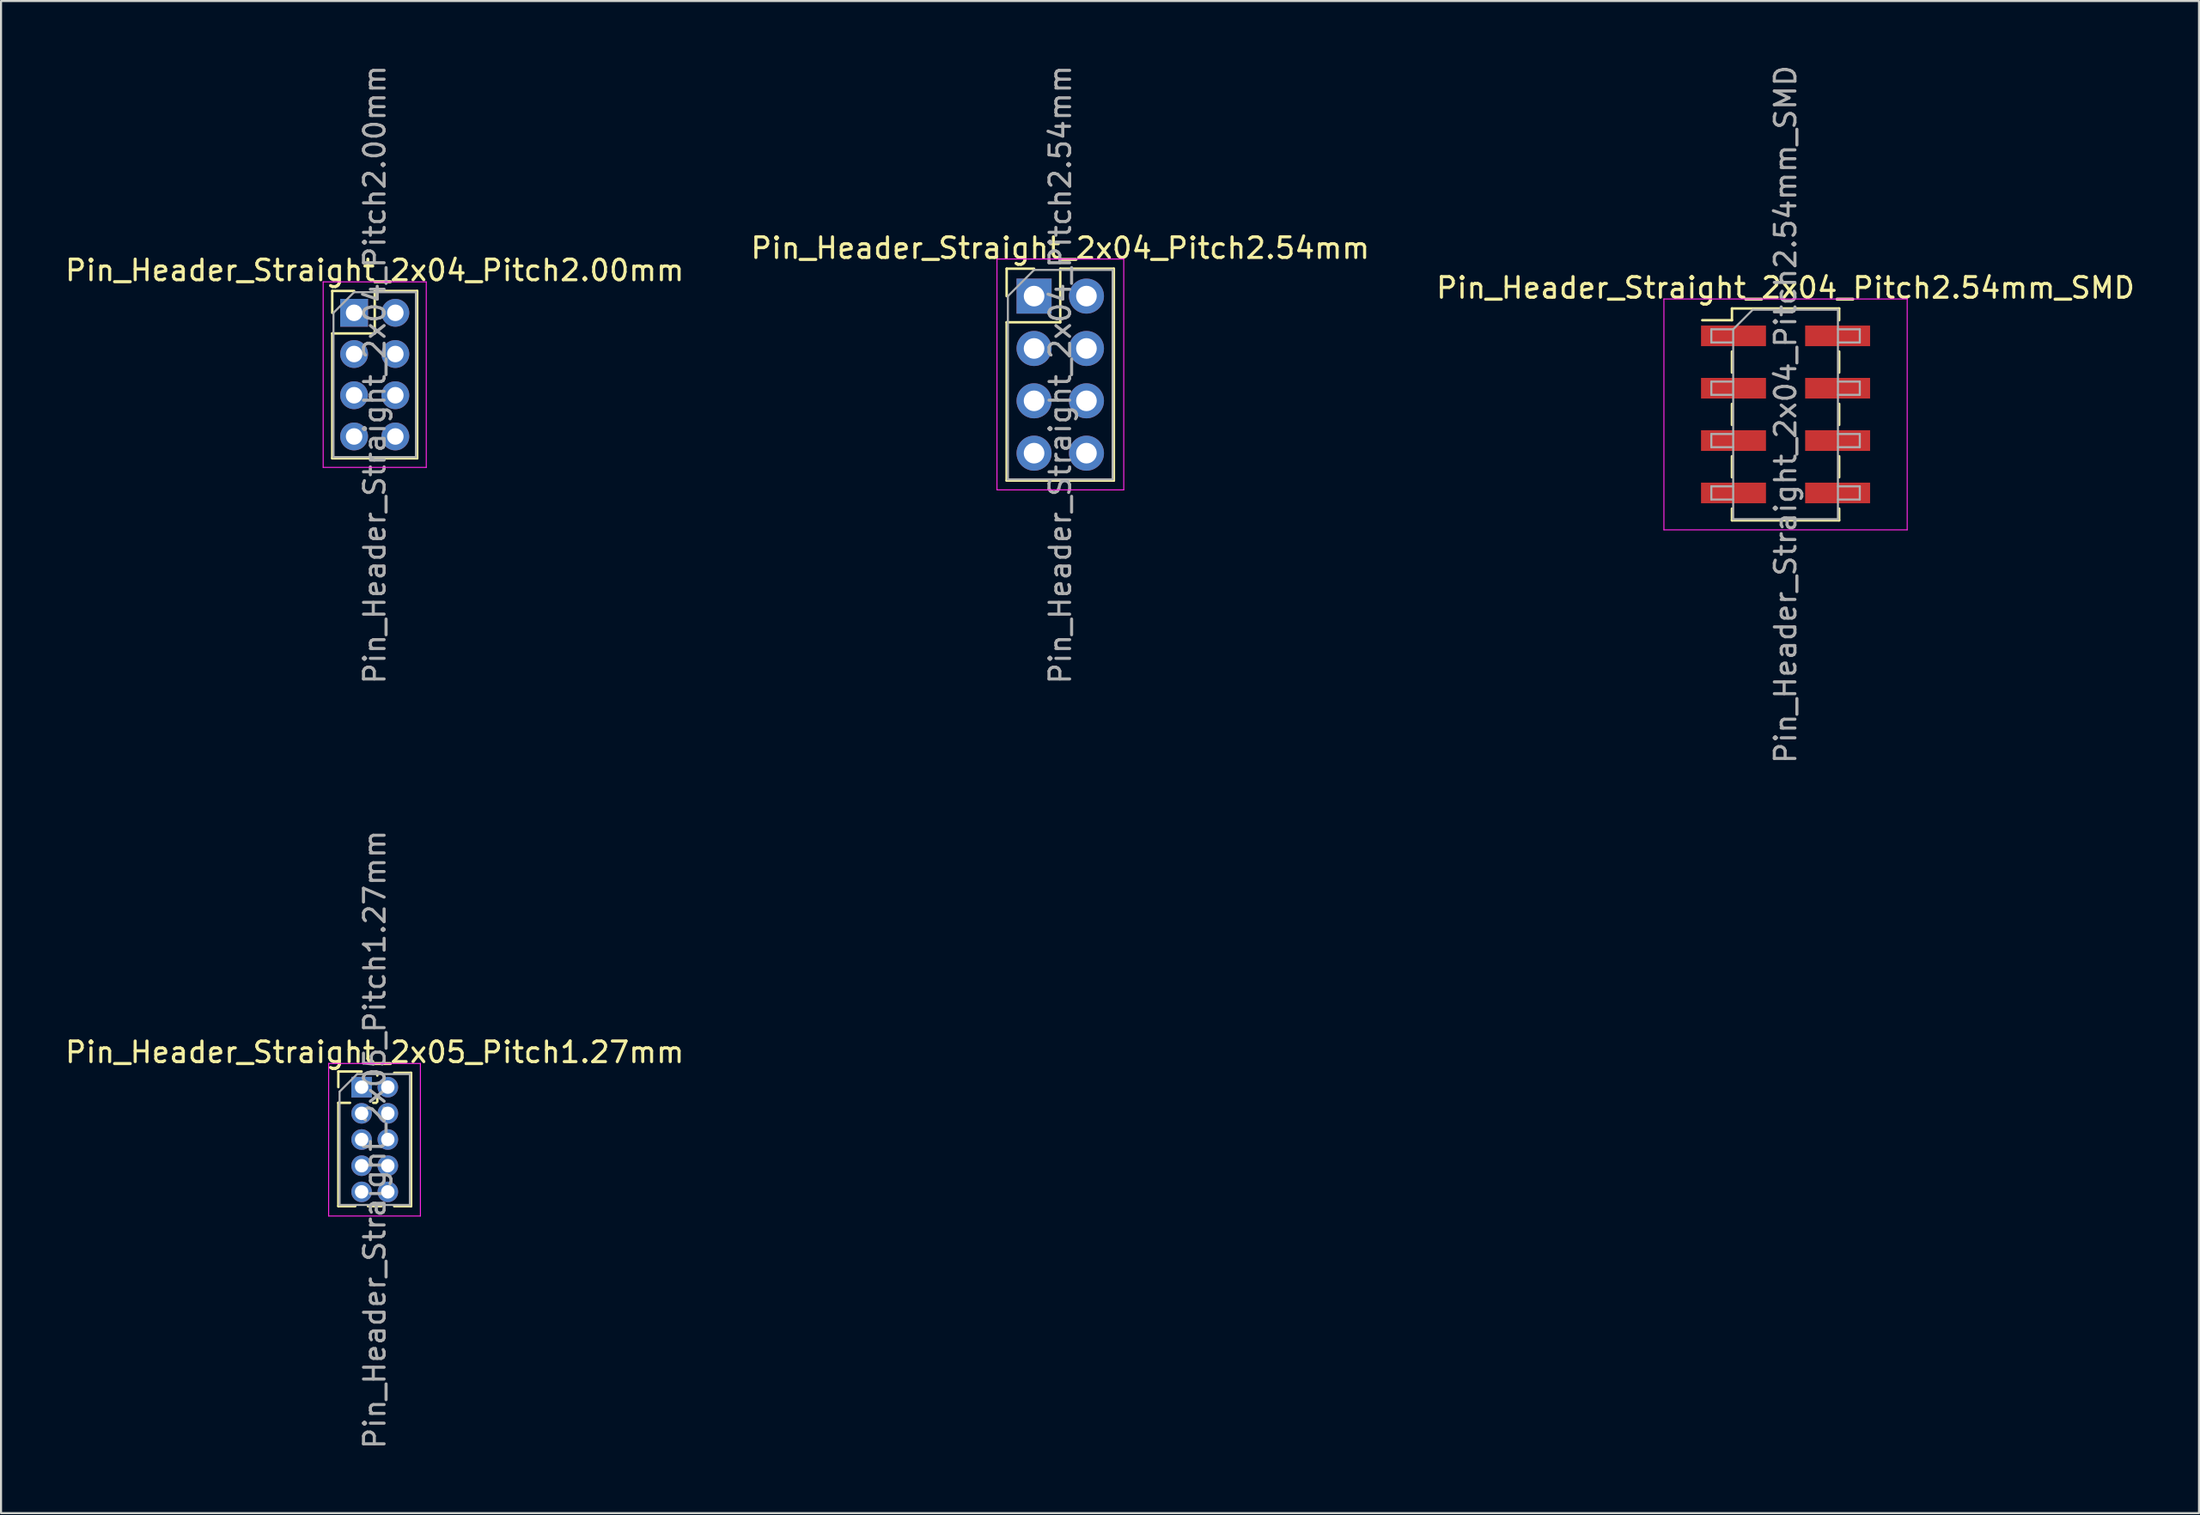
<source format=kicad_pcb>
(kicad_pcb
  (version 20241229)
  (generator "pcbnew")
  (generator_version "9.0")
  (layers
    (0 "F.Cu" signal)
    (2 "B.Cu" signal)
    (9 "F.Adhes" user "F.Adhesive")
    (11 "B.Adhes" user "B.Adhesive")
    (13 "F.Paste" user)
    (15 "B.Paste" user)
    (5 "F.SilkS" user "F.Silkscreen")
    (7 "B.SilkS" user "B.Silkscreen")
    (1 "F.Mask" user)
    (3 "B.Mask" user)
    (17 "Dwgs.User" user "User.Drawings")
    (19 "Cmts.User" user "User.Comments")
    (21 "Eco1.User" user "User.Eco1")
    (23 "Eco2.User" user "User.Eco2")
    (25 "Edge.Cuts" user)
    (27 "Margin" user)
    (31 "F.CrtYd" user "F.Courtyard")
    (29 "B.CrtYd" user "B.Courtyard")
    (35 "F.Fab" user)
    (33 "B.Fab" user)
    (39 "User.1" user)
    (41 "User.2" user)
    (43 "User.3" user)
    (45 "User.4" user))
  (footprint "Pin_Header_Straight_2x04_Pitch2.54mm_SMD"
    (layer "F.Cu")
    (at 83.554 17.054)
    (property "Reference" "Pin_Header_Straight_2x04_Pitch2.54mm_SMD" (at 0 -6.14 0) (layer "F.SilkS") (effects (font (size 1 1) (thickness 0.15))))
    (attr smd)
    (fp_line (start -4.04 -4.57) (end -2.6 -4.57) (stroke (width 0.12) (type solid)) (layer "F.SilkS"))
    (fp_line (start -2.6 -5.14) (end -2.6 -4.57) (stroke (width 0.12) (type solid)) (layer "F.SilkS"))
    (fp_line (start -2.6 -5.14) (end 2.6 -5.14) (stroke (width 0.12) (type solid)) (layer "F.SilkS"))
    (fp_line (start -2.6 -3.05) (end -2.6 -2.03) (stroke (width 0.12) (type solid)) (layer "F.SilkS"))
    (fp_line (start -2.6 -0.51) (end -2.6 0.51) (stroke (width 0.12) (type solid)) (layer "F.SilkS"))
    (fp_line (start -2.6 2.03) (end -2.6 3.05) (stroke (width 0.12) (type solid)) (layer "F.SilkS"))
    (fp_line (start -2.6 4.57) (end -2.6 5.14) (stroke (width 0.12) (type solid)) (layer "F.SilkS"))
    (fp_line (start -2.6 5.14) (end 2.6 5.14) (stroke (width 0.12) (type solid)) (layer "F.SilkS"))
    (fp_line (start 2.6 -5.14) (end 2.6 -4.57) (stroke (width 0.12) (type solid)) (layer "F.SilkS"))
    (fp_line (start 2.6 -3.05) (end 2.6 -2.03) (stroke (width 0.12) (type solid)) (layer "F.SilkS"))
    (fp_line (start 2.6 -0.51) (end 2.6 0.51) (stroke (width 0.12) (type solid)) (layer "F.SilkS"))
    (fp_line (start 2.6 2.03) (end 2.6 3.05) (stroke (width 0.12) (type solid)) (layer "F.SilkS"))
    (fp_line (start 2.6 4.57) (end 2.6 5.14) (stroke (width 0.12) (type solid)) (layer "F.SilkS"))
    (fp_line (start -5.9 -5.6) (end -5.9 5.6) (stroke (width 0.05) (type solid)) (layer "F.CrtYd"))
    (fp_line (start -5.9 5.6) (end 5.9 5.6) (stroke (width 0.05) (type solid)) (layer "F.CrtYd"))
    (fp_line (start 5.9 -5.6) (end -5.9 -5.6) (stroke (width 0.05) (type solid)) (layer "F.CrtYd"))
    (fp_line (start 5.9 5.6) (end 5.9 -5.6) (stroke (width 0.05) (type solid)) (layer "F.CrtYd"))
    (fp_line (start -3.6 -4.13) (end -3.6 -3.49) (stroke (width 0.1) (type solid)) (layer "F.Fab"))
    (fp_line (start -3.6 -3.49) (end -2.54 -3.49) (stroke (width 0.1) (type solid)) (layer "F.Fab"))
    (fp_line (start -3.6 -1.59) (end -3.6 -0.95) (stroke (width 0.1) (type solid)) (layer "F.Fab"))
    (fp_line (start -3.6 -0.95) (end -2.54 -0.95) (stroke (width 0.1) (type solid)) (layer "F.Fab"))
    (fp_line (start -3.6 0.95) (end -3.6 1.59) (stroke (width 0.1) (type solid)) (layer "F.Fab"))
    (fp_line (start -3.6 1.59) (end -2.54 1.59) (stroke (width 0.1) (type solid)) (layer "F.Fab"))
    (fp_line (start -3.6 3.49) (end -3.6 4.13) (stroke (width 0.1) (type solid)) (layer "F.Fab"))
    (fp_line (start -3.6 4.13) (end -2.54 4.13) (stroke (width 0.1) (type solid)) (layer "F.Fab"))
    (fp_line (start -2.54 -4.13) (end -3.6 -4.13) (stroke (width 0.1) (type solid)) (layer "F.Fab"))
    (fp_line (start -2.54 -4.13) (end -1.59 -5.08) (stroke (width 0.1) (type solid)) (layer "F.Fab"))
    (fp_line (start -2.54 -1.59) (end -3.6 -1.59) (stroke (width 0.1) (type solid)) (layer "F.Fab"))
    (fp_line (start -2.54 0.95) (end -3.6 0.95) (stroke (width 0.1) (type solid)) (layer "F.Fab"))
    (fp_line (start -2.54 3.49) (end -3.6 3.49) (stroke (width 0.1) (type solid)) (layer "F.Fab"))
    (fp_line (start -2.54 5.08) (end -2.54 -4.13) (stroke (width 0.1) (type solid)) (layer "F.Fab"))
    (fp_line (start -1.59 -5.08) (end 2.54 -5.08) (stroke (width 0.1) (type solid)) (layer "F.Fab"))
    (fp_line (start 2.54 -5.08) (end 2.54 5.08) (stroke (width 0.1) (type solid)) (layer "F.Fab"))
    (fp_line (start 2.54 -4.13) (end 3.6 -4.13) (stroke (width 0.1) (type solid)) (layer "F.Fab"))
    (fp_line (start 2.54 -1.59) (end 3.6 -1.59) (stroke (width 0.1) (type solid)) (layer "F.Fab"))
    (fp_line (start 2.54 0.95) (end 3.6 0.95) (stroke (width 0.1) (type solid)) (layer "F.Fab"))
    (fp_line (start 2.54 3.49) (end 3.6 3.49) (stroke (width 0.1) (type solid)) (layer "F.Fab"))
    (fp_line (start 2.54 5.08) (end -2.54 5.08) (stroke (width 0.1) (type solid)) (layer "F.Fab"))
    (fp_line (start 3.6 -4.13) (end 3.6 -3.49) (stroke (width 0.1) (type solid)) (layer "F.Fab"))
    (fp_line (start 3.6 -3.49) (end 2.54 -3.49) (stroke (width 0.1) (type solid)) (layer "F.Fab"))
    (fp_line (start 3.6 -1.59) (end 3.6 -0.95) (stroke (width 0.1) (type solid)) (layer "F.Fab"))
    (fp_line (start 3.6 -0.95) (end 2.54 -0.95) (stroke (width 0.1) (type solid)) (layer "F.Fab"))
    (fp_line (start 3.6 0.95) (end 3.6 1.59) (stroke (width 0.1) (type solid)) (layer "F.Fab"))
    (fp_line (start 3.6 1.59) (end 2.54 1.59) (stroke (width 0.1) (type solid)) (layer "F.Fab"))
    (fp_line (start 3.6 3.49) (end 3.6 4.13) (stroke (width 0.1) (type solid)) (layer "F.Fab"))
    (fp_line (start 3.6 4.13) (end 2.54 4.13) (stroke (width 0.1) (type solid)) (layer "F.Fab"))
    (fp_text user "${REFERENCE}" (at 0 0 90) (layer "F.Fab") (effects (font (size 1 1) (thickness 0.15))))
    (pad "1" smd rect (at -2.525 -3.81) (size 3.15 1) (layers "F.Cu" "F.Mask" "F.Paste"))
    (pad "2" smd rect (at 2.525 -3.81) (size 3.15 1) (layers "F.Cu" "F.Mask" "F.Paste"))
    (pad "3" smd rect (at -2.525 -1.27) (size 3.15 1) (layers "F.Cu" "F.Mask" "F.Paste"))
    (pad "4" smd rect (at 2.525 -1.27) (size 3.15 1) (layers "F.Cu" "F.Mask" "F.Paste"))
    (pad "5" smd rect (at -2.525 1.27) (size 3.15 1) (layers "F.Cu" "F.Mask" "F.Paste"))
    (pad "6" smd rect (at 2.525 1.27) (size 3.15 1) (layers "F.Cu" "F.Mask" "F.Paste"))
    (pad "7" smd rect (at -2.525 3.81) (size 3.15 1) (layers "F.Cu" "F.Mask" "F.Paste"))
    (pad "8" smd rect (at 2.525 3.81) (size 3.15 1) (layers "F.Cu" "F.Mask" "F.Paste")))
  (footprint "Pin_Header_Straight_2x04_Pitch2.54mm"
    (layer "F.Cu")
    (at 47.105 11.315)
    (property "Reference" "Pin_Header_Straight_2x04_Pitch2.54mm" (at 1.27 -2.33 0) (layer "F.SilkS") (effects (font (size 1 1) (thickness 0.15))))
    (attr through_hole)
    (fp_line (start -1.33 -1.33) (end 0 -1.33) (stroke (width 0.12) (type solid)) (layer "F.SilkS"))
    (fp_line (start -1.33 0) (end -1.33 -1.33) (stroke (width 0.12) (type solid)) (layer "F.SilkS"))
    (fp_line (start -1.33 1.27) (end -1.33 8.95) (stroke (width 0.12) (type solid)) (layer "F.SilkS"))
    (fp_line (start -1.33 1.27) (end 1.27 1.27) (stroke (width 0.12) (type solid)) (layer "F.SilkS"))
    (fp_line (start -1.33 8.95) (end 3.87 8.95) (stroke (width 0.12) (type solid)) (layer "F.SilkS"))
    (fp_line (start 1.27 -1.33) (end 3.87 -1.33) (stroke (width 0.12) (type solid)) (layer "F.SilkS"))
    (fp_line (start 1.27 1.27) (end 1.27 -1.33) (stroke (width 0.12) (type solid)) (layer "F.SilkS"))
    (fp_line (start 3.87 -1.33) (end 3.87 8.95) (stroke (width 0.12) (type solid)) (layer "F.SilkS"))
    (fp_line (start -1.8 -1.8) (end -1.8 9.4) (stroke (width 0.05) (type solid)) (layer "F.CrtYd"))
    (fp_line (start -1.8 9.4) (end 4.35 9.4) (stroke (width 0.05) (type solid)) (layer "F.CrtYd"))
    (fp_line (start 4.35 -1.8) (end -1.8 -1.8) (stroke (width 0.05) (type solid)) (layer "F.CrtYd"))
    (fp_line (start 4.35 9.4) (end 4.35 -1.8) (stroke (width 0.05) (type solid)) (layer "F.CrtYd"))
    (fp_line (start -1.27 0) (end 0 -1.27) (stroke (width 0.1) (type solid)) (layer "F.Fab"))
    (fp_line (start -1.27 8.89) (end -1.27 0) (stroke (width 0.1) (type solid)) (layer "F.Fab"))
    (fp_line (start 0 -1.27) (end 3.81 -1.27) (stroke (width 0.1) (type solid)) (layer "F.Fab"))
    (fp_line (start 3.81 -1.27) (end 3.81 8.89) (stroke (width 0.1) (type solid)) (layer "F.Fab"))
    (fp_line (start 3.81 8.89) (end -1.27 8.89) (stroke (width 0.1) (type solid)) (layer "F.Fab"))
    (fp_text user "${REFERENCE}" (at 1.27 3.81 90) (layer "F.Fab") (effects (font (size 1 1) (thickness 0.15))))
    (pad "1" thru_hole rect (at 0 0) (size 1.7 1.7) (drill 1) (layers "*.Cu" "*.Mask"))
    (pad "2" thru_hole oval (at 2.54 0) (size 1.7 1.7) (drill 1) (layers "*.Cu" "*.Mask"))
    (pad "3" thru_hole oval (at 0 2.54) (size 1.7 1.7) (drill 1) (layers "*.Cu" "*.Mask"))
    (pad "4" thru_hole oval (at 2.54 2.54) (size 1.7 1.7) (drill 1) (layers "*.Cu" "*.Mask"))
    (pad "5" thru_hole oval (at 0 5.08) (size 1.7 1.7) (drill 1) (layers "*.Cu" "*.Mask"))
    (pad "6" thru_hole oval (at 2.54 5.08) (size 1.7 1.7) (drill 1) (layers "*.Cu" "*.Mask"))
    (pad "7" thru_hole oval (at 0 7.62) (size 1.7 1.7) (drill 1) (layers "*.Cu" "*.Mask"))
    (pad "8" thru_hole oval (at 2.54 7.62) (size 1.7 1.7) (drill 1) (layers "*.Cu" "*.Mask")))
  (footprint "Pin_Header_Straight_2x05_Pitch1.27mm"
    (layer "F.Cu")
    (at 14.49 49.692)
    (property "Reference" "Pin_Header_Straight_2x05_Pitch1.27mm" (at 0.635 -1.695 0) (layer "F.SilkS") (effects (font (size 1 1) (thickness 0.15))))
    (attr through_hole)
    (fp_line (start -1.13 -0.76) (end 0 -0.76) (stroke (width 0.12) (type solid)) (layer "F.SilkS"))
    (fp_line (start -1.13 0) (end -1.13 -0.76) (stroke (width 0.12) (type solid)) (layer "F.SilkS"))
    (fp_line (start -1.13 0.76) (end -1.13 5.775) (stroke (width 0.12) (type solid)) (layer "F.SilkS"))
    (fp_line (start -1.13 0.76) (end -0.563 0.76) (stroke (width 0.12) (type solid)) (layer "F.SilkS"))
    (fp_line (start -1.13 5.775) (end -0.308 5.775) (stroke (width 0.12) (type solid)) (layer "F.SilkS"))
    (fp_line (start 0.308 5.775) (end 0.962 5.775) (stroke (width 0.12) (type solid)) (layer "F.SilkS"))
    (fp_line (start 0.563 0.76) (end 0.707 0.76) (stroke (width 0.12) (type solid)) (layer "F.SilkS"))
    (fp_line (start 0.76 -0.695) (end 0.962 -0.695) (stroke (width 0.12) (type solid)) (layer "F.SilkS"))
    (fp_line (start 0.76 -0.563) (end 0.76 -0.695) (stroke (width 0.12) (type solid)) (layer "F.SilkS"))
    (fp_line (start 0.76 0.707) (end 0.76 0.563) (stroke (width 0.12) (type solid)) (layer "F.SilkS"))
    (fp_line (start 1.578 -0.695) (end 2.4 -0.695) (stroke (width 0.12) (type solid)) (layer "F.SilkS"))
    (fp_line (start 1.578 5.775) (end 2.4 5.775) (stroke (width 0.12) (type solid)) (layer "F.SilkS"))
    (fp_line (start 2.4 -0.695) (end 2.4 5.775) (stroke (width 0.12) (type solid)) (layer "F.SilkS"))
    (fp_line (start -1.6 -1.15) (end -1.6 6.25) (stroke (width 0.05) (type solid)) (layer "F.CrtYd"))
    (fp_line (start -1.6 6.25) (end 2.85 6.25) (stroke (width 0.05) (type solid)) (layer "F.CrtYd"))
    (fp_line (start 2.85 -1.15) (end -1.6 -1.15) (stroke (width 0.05) (type solid)) (layer "F.CrtYd"))
    (fp_line (start 2.85 6.25) (end 2.85 -1.15) (stroke (width 0.05) (type solid)) (layer "F.CrtYd"))
    (fp_line (start -1.07 0.217) (end -0.217 -0.635) (stroke (width 0.1) (type solid)) (layer "F.Fab"))
    (fp_line (start -1.07 5.715) (end -1.07 0.217) (stroke (width 0.1) (type solid)) (layer "F.Fab"))
    (fp_line (start -0.217 -0.635) (end 2.34 -0.635) (stroke (width 0.1) (type solid)) (layer "F.Fab"))
    (fp_line (start 2.34 -0.635) (end 2.34 5.715) (stroke (width 0.1) (type solid)) (layer "F.Fab"))
    (fp_line (start 2.34 5.715) (end -1.07 5.715) (stroke (width 0.1) (type solid)) (layer "F.Fab"))
    (fp_text user "${REFERENCE}" (at 0.635 2.54 90) (layer "F.Fab") (effects (font (size 1 1) (thickness 0.15))))
    (pad "1" thru_hole rect (at 0 0) (size 1 1) (drill 0.65) (layers "*.Cu" "*.Mask"))
    (pad "2" thru_hole oval (at 1.27 0) (size 1 1) (drill 0.65) (layers "*.Cu" "*.Mask"))
    (pad "3" thru_hole oval (at 0 1.27) (size 1 1) (drill 0.65) (layers "*.Cu" "*.Mask"))
    (pad "4" thru_hole oval (at 1.27 1.27) (size 1 1) (drill 0.65) (layers "*.Cu" "*.Mask"))
    (pad "5" thru_hole oval (at 0 2.54) (size 1 1) (drill 0.65) (layers "*.Cu" "*.Mask"))
    (pad "6" thru_hole oval (at 1.27 2.54) (size 1 1) (drill 0.65) (layers "*.Cu" "*.Mask"))
    (pad "7" thru_hole oval (at 0 3.81) (size 1 1) (drill 0.65) (layers "*.Cu" "*.Mask"))
    (pad "8" thru_hole oval (at 1.27 3.81) (size 1 1) (drill 0.65) (layers "*.Cu" "*.Mask"))
    (pad "9" thru_hole oval (at 0 5.08) (size 1 1) (drill 0.65) (layers "*.Cu" "*.Mask"))
    (pad "10" thru_hole oval (at 1.27 5.08) (size 1 1) (drill 0.65) (layers "*.Cu" "*.Mask")))
  (footprint "Pin_Header_Straight_2x04_Pitch2.00mm"
    (layer "F.Cu")
    (at 14.125 12.125)
    (property "Reference" "Pin_Header_Straight_2x04_Pitch2.00mm" (at 1 -2.06 0) (layer "F.SilkS") (effects (font (size 1 1) (thickness 0.15))))
    (attr through_hole)
    (fp_line (start -1.06 -1.06) (end 0 -1.06) (stroke (width 0.12) (type solid)) (layer "F.SilkS"))
    (fp_line (start -1.06 0) (end -1.06 -1.06) (stroke (width 0.12) (type solid)) (layer "F.SilkS"))
    (fp_line (start -1.06 1) (end -1.06 7.06) (stroke (width 0.12) (type solid)) (layer "F.SilkS"))
    (fp_line (start -1.06 1) (end 1 1) (stroke (width 0.12) (type solid)) (layer "F.SilkS"))
    (fp_line (start -1.06 7.06) (end 3.06 7.06) (stroke (width 0.12) (type solid)) (layer "F.SilkS"))
    (fp_line (start 1 -1.06) (end 3.06 -1.06) (stroke (width 0.12) (type solid)) (layer "F.SilkS"))
    (fp_line (start 1 1) (end 1 -1.06) (stroke (width 0.12) (type solid)) (layer "F.SilkS"))
    (fp_line (start 3.06 -1.06) (end 3.06 7.06) (stroke (width 0.12) (type solid)) (layer "F.SilkS"))
    (fp_line (start -1.5 -1.5) (end -1.5 7.5) (stroke (width 0.05) (type solid)) (layer "F.CrtYd"))
    (fp_line (start -1.5 7.5) (end 3.5 7.5) (stroke (width 0.05) (type solid)) (layer "F.CrtYd"))
    (fp_line (start 3.5 -1.5) (end -1.5 -1.5) (stroke (width 0.05) (type solid)) (layer "F.CrtYd"))
    (fp_line (start 3.5 7.5) (end 3.5 -1.5) (stroke (width 0.05) (type solid)) (layer "F.CrtYd"))
    (fp_line (start -1 0) (end 0 -1) (stroke (width 0.1) (type solid)) (layer "F.Fab"))
    (fp_line (start -1 7) (end -1 0) (stroke (width 0.1) (type solid)) (layer "F.Fab"))
    (fp_line (start 0 -1) (end 3 -1) (stroke (width 0.1) (type solid)) (layer "F.Fab"))
    (fp_line (start 3 -1) (end 3 7) (stroke (width 0.1) (type solid)) (layer "F.Fab"))
    (fp_line (start 3 7) (end -1 7) (stroke (width 0.1) (type solid)) (layer "F.Fab"))
    (fp_text user "${REFERENCE}" (at 1 3 90) (layer "F.Fab") (effects (font (size 1 1) (thickness 0.15))))
    (pad "1" thru_hole rect (at 0 0) (size 1.35 1.35) (drill 0.8) (layers "*.Cu" "*.Mask"))
    (pad "2" thru_hole oval (at 2 0) (size 1.35 1.35) (drill 0.8) (layers "*.Cu" "*.Mask"))
    (pad "3" thru_hole oval (at 0 2) (size 1.35 1.35) (drill 0.8) (layers "*.Cu" "*.Mask"))
    (pad "4" thru_hole oval (at 2 2) (size 1.35 1.35) (drill 0.8) (layers "*.Cu" "*.Mask"))
    (pad "5" thru_hole oval (at 0 4) (size 1.35 1.35) (drill 0.8) (layers "*.Cu" "*.Mask"))
    (pad "6" thru_hole oval (at 2 4) (size 1.35 1.35) (drill 0.8) (layers "*.Cu" "*.Mask"))
    (pad "7" thru_hole oval (at 0 6) (size 1.35 1.35) (drill 0.8) (layers "*.Cu" "*.Mask"))
    (pad "8" thru_hole oval (at 2 6) (size 1.35 1.35) (drill 0.8) (layers "*.Cu" "*.Mask")))
  (gr_rect
    (start -3 -3)
    (end 103.607 70.357)
    (stroke (width 0.1) (type default))
    (fill no)
    (layer "Edge.Cuts")))
</source>
